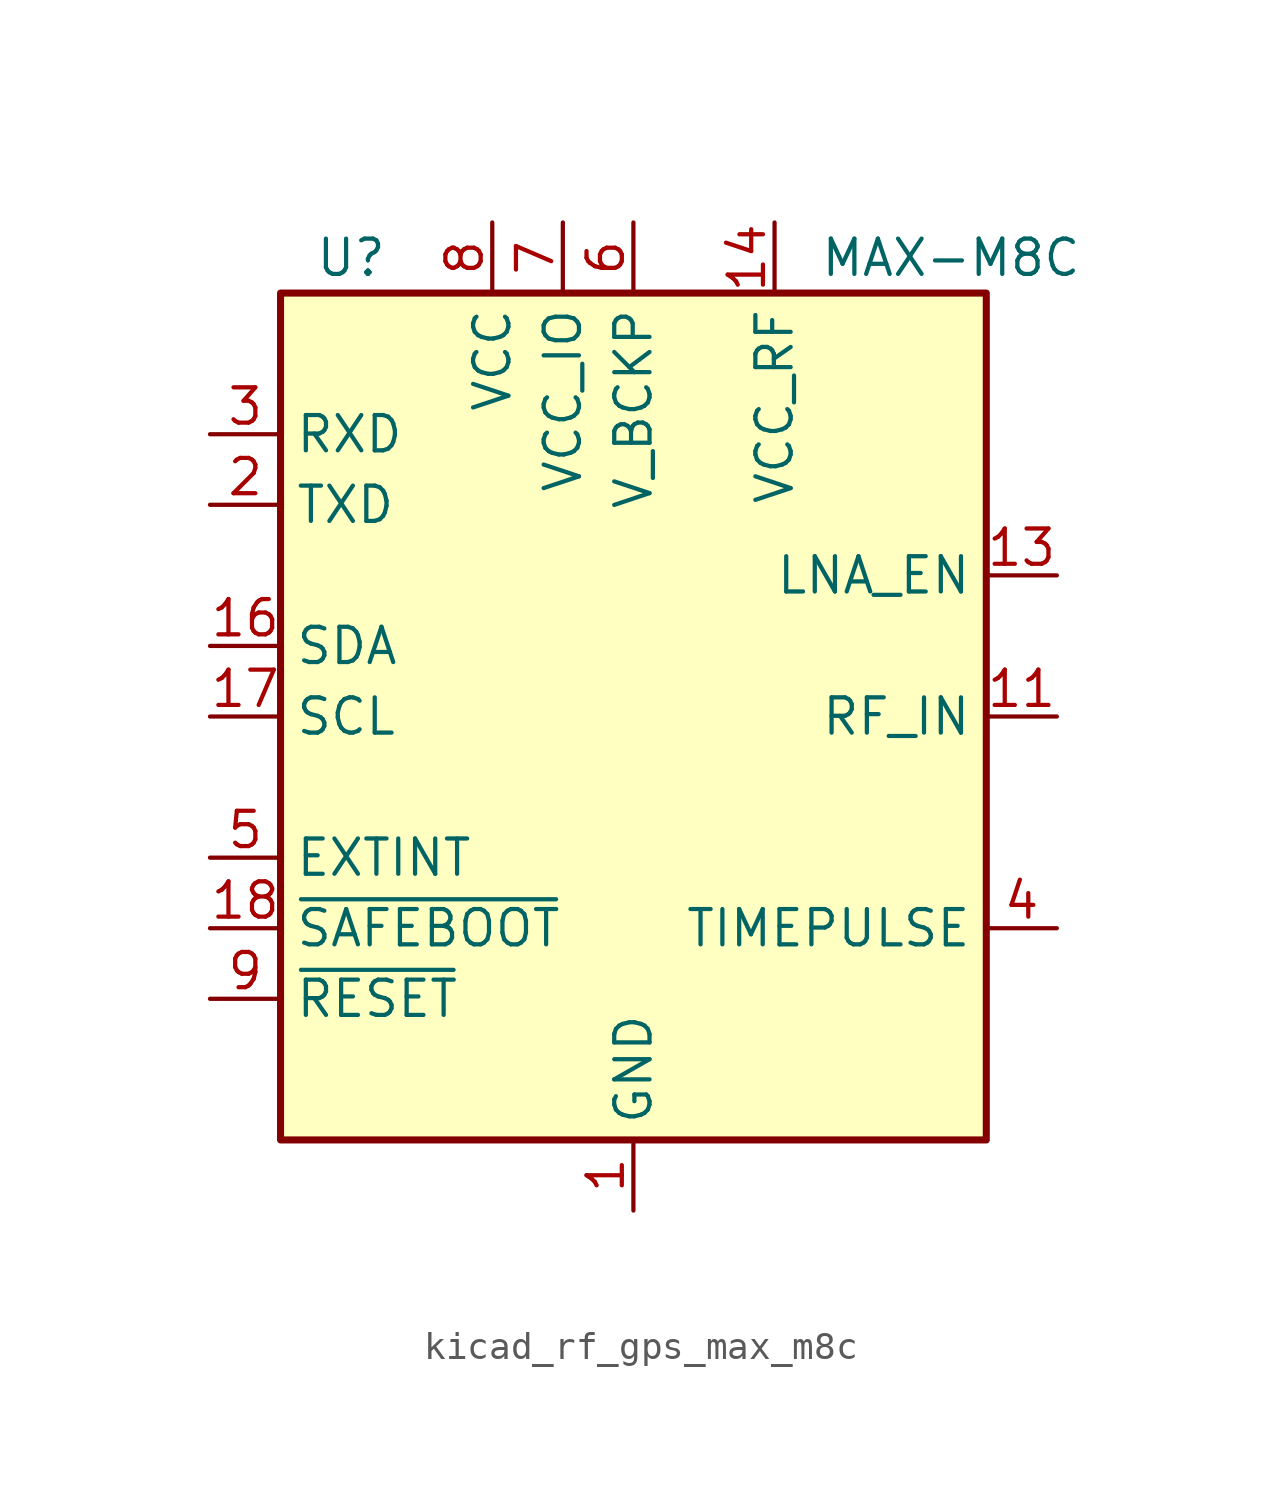
<source format=kicad_sym>
(kicad_symbol_lib
  (version 20220914)
  (generator kicad_symbol_editor)
  (symbol "kicad_rf_gps_max_m8c"
    (property "Reference" "U"
      (at -10.16 16.51 0)
      (effects (font (size 1.27 1.27))))
    (property "Value" "MAX-M8C"
      (at 11.43 16.51 0)
      (effects (font (size 1.27 1.27))))
    (symbol "kicad_rf_gps_max_m8c_0_1"
      (rectangle (start 12.7 15.24) (end -12.7 -15.24) (stroke (width 0.254) (type default)) (fill (type background))))
    (symbol "kicad_rf_gps_max_m8c_1_1"
      (pin power_in line (at 0 -17.78 90) (length 2.54) (name "GND" (effects (font (size 1.27 1.27)))) (number "1" (effects (font (size 1.27 1.27)))))
      (pin passive line (at 0 -17.78 90) (length 2.54) hide (name "GND" (effects (font (size 1.27 1.27)))) (number "10" (effects (font (size 1.27 1.27)))))
      (pin input line (at 15.24 0 180) (length 2.54) (name "RF_IN" (effects (font (size 1.27 1.27)))) (number "11" (effects (font (size 1.27 1.27)))))
      (pin passive line (at 0 -17.78 90) (length 2.54) hide (name "GND" (effects (font (size 1.27 1.27)))) (number "12" (effects (font (size 1.27 1.27)))))
      (pin output line (at 15.24 5.08 180) (length 2.54) (name "LNA_EN" (effects (font (size 1.27 1.27)))) (number "13" (effects (font (size 1.27 1.27)))))
      (pin power_out line (at 5.08 17.78 270) (length 2.54) (name "VCC_RF" (effects (font (size 1.27 1.27)))) (number "14" (effects (font (size 1.27 1.27)))))
      (pin no_connect line (at 12.7 -5.08 180) (length 2.54) hide (name "Reserved" (effects (font (size 1.27 1.27)))) (number "15" (effects (font (size 1.27 1.27)))))
      (pin bidirectional line (at -15.24 2.54 0) (length 2.54) (name "SDA" (effects (font (size 1.27 1.27)))) (number "16" (effects (font (size 1.27 1.27)))))
      (pin input line (at -15.24 0 0) (length 2.54) (name "SCL" (effects (font (size 1.27 1.27)))) (number "17" (effects (font (size 1.27 1.27)))))
      (pin input line (at -15.24 -7.62 0) (length 2.54) (name "~{SAFEBOOT}" (effects (font (size 1.27 1.27)))) (number "18" (effects (font (size 1.27 1.27)))))
      (pin output line (at -15.24 7.62 0) (length 2.54) (name "TXD" (effects (font (size 1.27 1.27)))) (number "2" (effects (font (size 1.27 1.27)))))
      (pin input line (at -15.24 10.16 0) (length 2.54) (name "RXD" (effects (font (size 1.27 1.27)))) (number "3" (effects (font (size 1.27 1.27)))))
      (pin output line (at 15.24 -7.62 180) (length 2.54) (name "TIMEPULSE" (effects (font (size 1.27 1.27)))) (number "4" (effects (font (size 1.27 1.27)))))
      (pin input line (at -15.24 -5.08 0) (length 2.54) (name "EXTINT" (effects (font (size 1.27 1.27)))) (number "5" (effects (font (size 1.27 1.27)))))
      (pin power_in line (at 0 17.78 270) (length 2.54) (name "V_BCKP" (effects (font (size 1.27 1.27)))) (number "6" (effects (font (size 1.27 1.27)))))
      (pin power_in line (at -2.54 17.78 270) (length 2.54) (name "VCC_IO" (effects (font (size 1.27 1.27)))) (number "7" (effects (font (size 1.27 1.27)))))
      (pin power_in line (at -5.08 17.78 270) (length 2.54) (name "VCC" (effects (font (size 1.27 1.27)))) (number "8" (effects (font (size 1.27 1.27)))))
      (pin input line (at -15.24 -10.16 0) (length 2.54) (name "~{RESET}" (effects (font (size 1.27 1.27)))) (number "9" (effects (font (size 1.27 1.27))))))))
</source>
